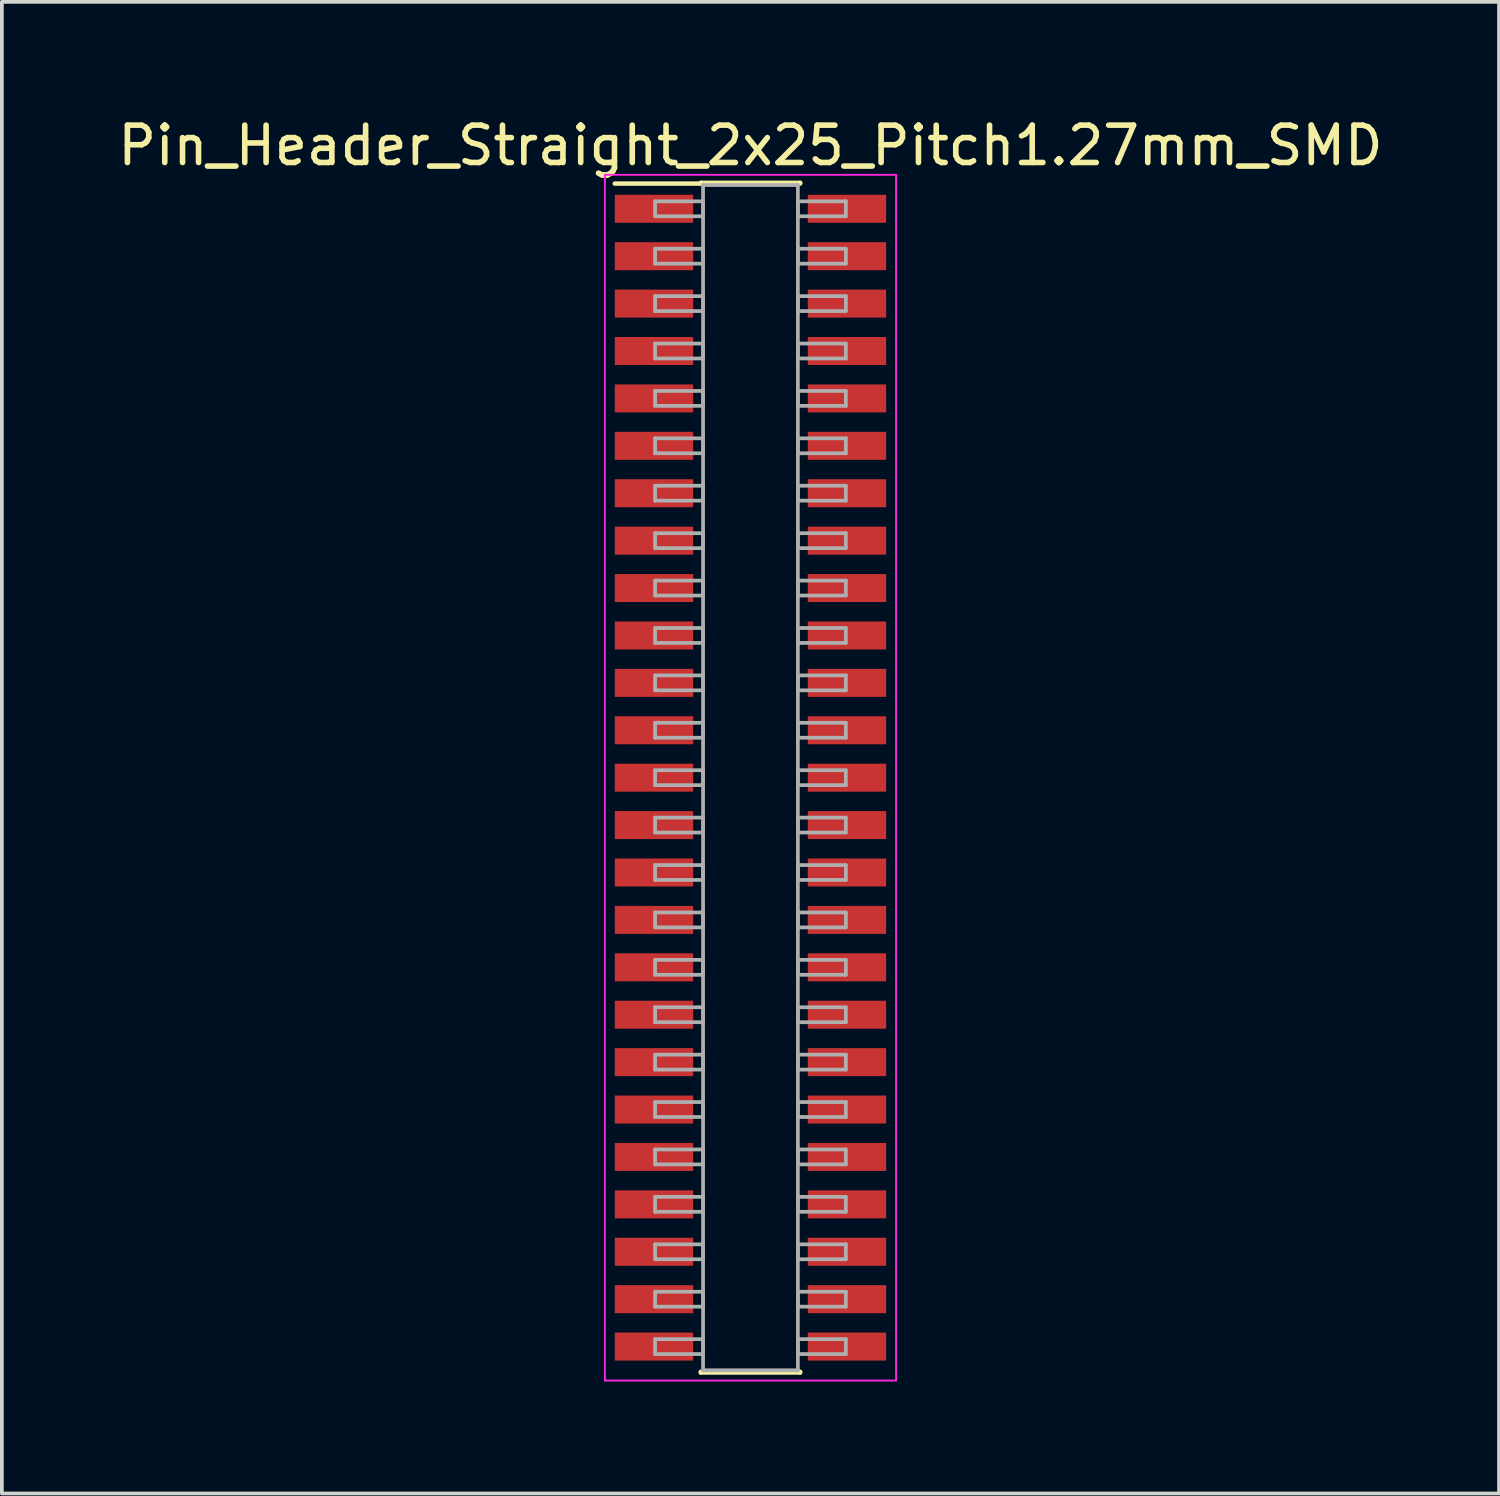
<source format=kicad_pcb>
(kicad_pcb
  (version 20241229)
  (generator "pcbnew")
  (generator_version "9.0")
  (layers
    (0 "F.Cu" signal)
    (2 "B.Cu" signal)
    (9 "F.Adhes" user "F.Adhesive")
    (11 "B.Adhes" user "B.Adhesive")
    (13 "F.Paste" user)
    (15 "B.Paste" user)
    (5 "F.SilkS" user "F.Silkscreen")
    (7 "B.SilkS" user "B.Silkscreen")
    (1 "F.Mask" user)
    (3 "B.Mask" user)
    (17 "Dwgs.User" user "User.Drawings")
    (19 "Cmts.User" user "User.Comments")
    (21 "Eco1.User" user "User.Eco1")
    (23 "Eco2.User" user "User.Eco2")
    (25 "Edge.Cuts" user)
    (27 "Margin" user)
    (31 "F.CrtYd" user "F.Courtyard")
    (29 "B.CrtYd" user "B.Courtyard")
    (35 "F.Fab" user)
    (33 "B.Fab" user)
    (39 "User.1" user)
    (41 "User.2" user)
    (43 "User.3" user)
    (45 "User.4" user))
  (footprint "Pin_Header_Straight_2x25_Pitch1.27mm_SMD"
    (layer "F.Cu")
    (at 17.054 17.783)
    (property "Reference" "Pin_Header_Straight_2x25_Pitch1.27mm_SMD" (at 0 -16.935 0) (layer "F.SilkS") (effects (font (size 1 1) (thickness 0.15))))
    (attr smd)
    (fp_line (start -3.635 -15.915) (end -1.33 -15.915) (stroke (width 0.12) (type solid)) (layer "F.SilkS"))
    (fp_line (start -1.33 -15.935) (end 1.33 -15.935) (stroke (width 0.12) (type solid)) (layer "F.SilkS"))
    (fp_line (start -1.33 -15.915) (end -1.33 -15.935) (stroke (width 0.12) (type solid)) (layer "F.SilkS"))
    (fp_line (start -1.33 15.915) (end -1.33 15.935) (stroke (width 0.12) (type solid)) (layer "F.SilkS"))
    (fp_line (start -1.33 15.935) (end 1.33 15.935) (stroke (width 0.12) (type solid)) (layer "F.SilkS"))
    (fp_line (start 1.33 -15.935) (end 1.33 -15.915) (stroke (width 0.12) (type solid)) (layer "F.SilkS"))
    (fp_line (start 1.33 15.935) (end 1.33 15.915) (stroke (width 0.12) (type solid)) (layer "F.SilkS"))
    (fp_line (start -3.9 -16.15) (end -3.9 16.15) (stroke (width 0.05) (type solid)) (layer "F.CrtYd"))
    (fp_line (start -3.9 16.15) (end 3.9 16.15) (stroke (width 0.05) (type solid)) (layer "F.CrtYd"))
    (fp_line (start 3.9 -16.15) (end -3.9 -16.15) (stroke (width 0.05) (type solid)) (layer "F.CrtYd"))
    (fp_line (start 3.9 16.15) (end 3.9 -16.15) (stroke (width 0.05) (type solid)) (layer "F.CrtYd"))
    (fp_line (start -2.555 -15.44) (end -1.27 -15.44) (stroke (width 0.1) (type solid)) (layer "F.Fab"))
    (fp_line (start -2.555 -15.04) (end -2.555 -15.44) (stroke (width 0.1) (type solid)) (layer "F.Fab"))
    (fp_line (start -2.555 -14.17) (end -1.27 -14.17) (stroke (width 0.1) (type solid)) (layer "F.Fab"))
    (fp_line (start -2.555 -13.77) (end -2.555 -14.17) (stroke (width 0.1) (type solid)) (layer "F.Fab"))
    (fp_line (start -2.555 -12.9) (end -1.27 -12.9) (stroke (width 0.1) (type solid)) (layer "F.Fab"))
    (fp_line (start -2.555 -12.5) (end -2.555 -12.9) (stroke (width 0.1) (type solid)) (layer "F.Fab"))
    (fp_line (start -2.555 -11.63) (end -1.27 -11.63) (stroke (width 0.1) (type solid)) (layer "F.Fab"))
    (fp_line (start -2.555 -11.23) (end -2.555 -11.63) (stroke (width 0.1) (type solid)) (layer "F.Fab"))
    (fp_line (start -2.555 -10.36) (end -1.27 -10.36) (stroke (width 0.1) (type solid)) (layer "F.Fab"))
    (fp_line (start -2.555 -9.96) (end -2.555 -10.36) (stroke (width 0.1) (type solid)) (layer "F.Fab"))
    (fp_line (start -2.555 -9.09) (end -1.27 -9.09) (stroke (width 0.1) (type solid)) (layer "F.Fab"))
    (fp_line (start -2.555 -8.69) (end -2.555 -9.09) (stroke (width 0.1) (type solid)) (layer "F.Fab"))
    (fp_line (start -2.555 -7.82) (end -1.27 -7.82) (stroke (width 0.1) (type solid)) (layer "F.Fab"))
    (fp_line (start -2.555 -7.42) (end -2.555 -7.82) (stroke (width 0.1) (type solid)) (layer "F.Fab"))
    (fp_line (start -2.555 -6.55) (end -1.27 -6.55) (stroke (width 0.1) (type solid)) (layer "F.Fab"))
    (fp_line (start -2.555 -6.15) (end -2.555 -6.55) (stroke (width 0.1) (type solid)) (layer "F.Fab"))
    (fp_line (start -2.555 -5.28) (end -1.27 -5.28) (stroke (width 0.1) (type solid)) (layer "F.Fab"))
    (fp_line (start -2.555 -4.88) (end -2.555 -5.28) (stroke (width 0.1) (type solid)) (layer "F.Fab"))
    (fp_line (start -2.555 -4.01) (end -1.27 -4.01) (stroke (width 0.1) (type solid)) (layer "F.Fab"))
    (fp_line (start -2.555 -3.61) (end -2.555 -4.01) (stroke (width 0.1) (type solid)) (layer "F.Fab"))
    (fp_line (start -2.555 -2.74) (end -1.27 -2.74) (stroke (width 0.1) (type solid)) (layer "F.Fab"))
    (fp_line (start -2.555 -2.34) (end -2.555 -2.74) (stroke (width 0.1) (type solid)) (layer "F.Fab"))
    (fp_line (start -2.555 -1.47) (end -1.27 -1.47) (stroke (width 0.1) (type solid)) (layer "F.Fab"))
    (fp_line (start -2.555 -1.07) (end -2.555 -1.47) (stroke (width 0.1) (type solid)) (layer "F.Fab"))
    (fp_line (start -2.555 -0.2) (end -1.27 -0.2) (stroke (width 0.1) (type solid)) (layer "F.Fab"))
    (fp_line (start -2.555 0.2) (end -2.555 -0.2) (stroke (width 0.1) (type solid)) (layer "F.Fab"))
    (fp_line (start -2.555 1.07) (end -1.27 1.07) (stroke (width 0.1) (type solid)) (layer "F.Fab"))
    (fp_line (start -2.555 1.47) (end -2.555 1.07) (stroke (width 0.1) (type solid)) (layer "F.Fab"))
    (fp_line (start -2.555 2.34) (end -1.27 2.34) (stroke (width 0.1) (type solid)) (layer "F.Fab"))
    (fp_line (start -2.555 2.74) (end -2.555 2.34) (stroke (width 0.1) (type solid)) (layer "F.Fab"))
    (fp_line (start -2.555 3.61) (end -1.27 3.61) (stroke (width 0.1) (type solid)) (layer "F.Fab"))
    (fp_line (start -2.555 4.01) (end -2.555 3.61) (stroke (width 0.1) (type solid)) (layer "F.Fab"))
    (fp_line (start -2.555 4.88) (end -1.27 4.88) (stroke (width 0.1) (type solid)) (layer "F.Fab"))
    (fp_line (start -2.555 5.28) (end -2.555 4.88) (stroke (width 0.1) (type solid)) (layer "F.Fab"))
    (fp_line (start -2.555 6.15) (end -1.27 6.15) (stroke (width 0.1) (type solid)) (layer "F.Fab"))
    (fp_line (start -2.555 6.55) (end -2.555 6.15) (stroke (width 0.1) (type solid)) (layer "F.Fab"))
    (fp_line (start -2.555 7.42) (end -1.27 7.42) (stroke (width 0.1) (type solid)) (layer "F.Fab"))
    (fp_line (start -2.555 7.82) (end -2.555 7.42) (stroke (width 0.1) (type solid)) (layer "F.Fab"))
    (fp_line (start -2.555 8.69) (end -1.27 8.69) (stroke (width 0.1) (type solid)) (layer "F.Fab"))
    (fp_line (start -2.555 9.09) (end -2.555 8.69) (stroke (width 0.1) (type solid)) (layer "F.Fab"))
    (fp_line (start -2.555 9.96) (end -1.27 9.96) (stroke (width 0.1) (type solid)) (layer "F.Fab"))
    (fp_line (start -2.555 10.36) (end -2.555 9.96) (stroke (width 0.1) (type solid)) (layer "F.Fab"))
    (fp_line (start -2.555 11.23) (end -1.27 11.23) (stroke (width 0.1) (type solid)) (layer "F.Fab"))
    (fp_line (start -2.555 11.63) (end -2.555 11.23) (stroke (width 0.1) (type solid)) (layer "F.Fab"))
    (fp_line (start -2.555 12.5) (end -1.27 12.5) (stroke (width 0.1) (type solid)) (layer "F.Fab"))
    (fp_line (start -2.555 12.9) (end -2.555 12.5) (stroke (width 0.1) (type solid)) (layer "F.Fab"))
    (fp_line (start -2.555 13.77) (end -1.27 13.77) (stroke (width 0.1) (type solid)) (layer "F.Fab"))
    (fp_line (start -2.555 14.17) (end -2.555 13.77) (stroke (width 0.1) (type solid)) (layer "F.Fab"))
    (fp_line (start -2.555 15.04) (end -1.27 15.04) (stroke (width 0.1) (type solid)) (layer "F.Fab"))
    (fp_line (start -2.555 15.44) (end -2.555 15.04) (stroke (width 0.1) (type solid)) (layer "F.Fab"))
    (fp_line (start -1.27 -15.875) (end -1.27 15.875) (stroke (width 0.1) (type solid)) (layer "F.Fab"))
    (fp_line (start -1.27 -15.44) (end -1.27 -15.04) (stroke (width 0.1) (type solid)) (layer "F.Fab"))
    (fp_line (start -1.27 -15.04) (end -2.555 -15.04) (stroke (width 0.1) (type solid)) (layer "F.Fab"))
    (fp_line (start -1.27 -14.17) (end -1.27 -13.77) (stroke (width 0.1) (type solid)) (layer "F.Fab"))
    (fp_line (start -1.27 -13.77) (end -2.555 -13.77) (stroke (width 0.1) (type solid)) (layer "F.Fab"))
    (fp_line (start -1.27 -12.9) (end -1.27 -12.5) (stroke (width 0.1) (type solid)) (layer "F.Fab"))
    (fp_line (start -1.27 -12.5) (end -2.555 -12.5) (stroke (width 0.1) (type solid)) (layer "F.Fab"))
    (fp_line (start -1.27 -11.63) (end -1.27 -11.23) (stroke (width 0.1) (type solid)) (layer "F.Fab"))
    (fp_line (start -1.27 -11.23) (end -2.555 -11.23) (stroke (width 0.1) (type solid)) (layer "F.Fab"))
    (fp_line (start -1.27 -10.36) (end -1.27 -9.96) (stroke (width 0.1) (type solid)) (layer "F.Fab"))
    (fp_line (start -1.27 -9.96) (end -2.555 -9.96) (stroke (width 0.1) (type solid)) (layer "F.Fab"))
    (fp_line (start -1.27 -9.09) (end -1.27 -8.69) (stroke (width 0.1) (type solid)) (layer "F.Fab"))
    (fp_line (start -1.27 -8.69) (end -2.555 -8.69) (stroke (width 0.1) (type solid)) (layer "F.Fab"))
    (fp_line (start -1.27 -7.82) (end -1.27 -7.42) (stroke (width 0.1) (type solid)) (layer "F.Fab"))
    (fp_line (start -1.27 -7.42) (end -2.555 -7.42) (stroke (width 0.1) (type solid)) (layer "F.Fab"))
    (fp_line (start -1.27 -6.55) (end -1.27 -6.15) (stroke (width 0.1) (type solid)) (layer "F.Fab"))
    (fp_line (start -1.27 -6.15) (end -2.555 -6.15) (stroke (width 0.1) (type solid)) (layer "F.Fab"))
    (fp_line (start -1.27 -5.28) (end -1.27 -4.88) (stroke (width 0.1) (type solid)) (layer "F.Fab"))
    (fp_line (start -1.27 -4.88) (end -2.555 -4.88) (stroke (width 0.1) (type solid)) (layer "F.Fab"))
    (fp_line (start -1.27 -4.01) (end -1.27 -3.61) (stroke (width 0.1) (type solid)) (layer "F.Fab"))
    (fp_line (start -1.27 -3.61) (end -2.555 -3.61) (stroke (width 0.1) (type solid)) (layer "F.Fab"))
    (fp_line (start -1.27 -2.74) (end -1.27 -2.34) (stroke (width 0.1) (type solid)) (layer "F.Fab"))
    (fp_line (start -1.27 -2.34) (end -2.555 -2.34) (stroke (width 0.1) (type solid)) (layer "F.Fab"))
    (fp_line (start -1.27 -1.47) (end -1.27 -1.07) (stroke (width 0.1) (type solid)) (layer "F.Fab"))
    (fp_line (start -1.27 -1.07) (end -2.555 -1.07) (stroke (width 0.1) (type solid)) (layer "F.Fab"))
    (fp_line (start -1.27 -0.2) (end -1.27 0.2) (stroke (width 0.1) (type solid)) (layer "F.Fab"))
    (fp_line (start -1.27 0.2) (end -2.555 0.2) (stroke (width 0.1) (type solid)) (layer "F.Fab"))
    (fp_line (start -1.27 1.07) (end -1.27 1.47) (stroke (width 0.1) (type solid)) (layer "F.Fab"))
    (fp_line (start -1.27 1.47) (end -2.555 1.47) (stroke (width 0.1) (type solid)) (layer "F.Fab"))
    (fp_line (start -1.27 2.34) (end -1.27 2.74) (stroke (width 0.1) (type solid)) (layer "F.Fab"))
    (fp_line (start -1.27 2.74) (end -2.555 2.74) (stroke (width 0.1) (type solid)) (layer "F.Fab"))
    (fp_line (start -1.27 3.61) (end -1.27 4.01) (stroke (width 0.1) (type solid)) (layer "F.Fab"))
    (fp_line (start -1.27 4.01) (end -2.555 4.01) (stroke (width 0.1) (type solid)) (layer "F.Fab"))
    (fp_line (start -1.27 4.88) (end -1.27 5.28) (stroke (width 0.1) (type solid)) (layer "F.Fab"))
    (fp_line (start -1.27 5.28) (end -2.555 5.28) (stroke (width 0.1) (type solid)) (layer "F.Fab"))
    (fp_line (start -1.27 6.15) (end -1.27 6.55) (stroke (width 0.1) (type solid)) (layer "F.Fab"))
    (fp_line (start -1.27 6.55) (end -2.555 6.55) (stroke (width 0.1) (type solid)) (layer "F.Fab"))
    (fp_line (start -1.27 7.42) (end -1.27 7.82) (stroke (width 0.1) (type solid)) (layer "F.Fab"))
    (fp_line (start -1.27 7.82) (end -2.555 7.82) (stroke (width 0.1) (type solid)) (layer "F.Fab"))
    (fp_line (start -1.27 8.69) (end -1.27 9.09) (stroke (width 0.1) (type solid)) (layer "F.Fab"))
    (fp_line (start -1.27 9.09) (end -2.555 9.09) (stroke (width 0.1) (type solid)) (layer "F.Fab"))
    (fp_line (start -1.27 9.96) (end -1.27 10.36) (stroke (width 0.1) (type solid)) (layer "F.Fab"))
    (fp_line (start -1.27 10.36) (end -2.555 10.36) (stroke (width 0.1) (type solid)) (layer "F.Fab"))
    (fp_line (start -1.27 11.23) (end -1.27 11.63) (stroke (width 0.1) (type solid)) (layer "F.Fab"))
    (fp_line (start -1.27 11.63) (end -2.555 11.63) (stroke (width 0.1) (type solid)) (layer "F.Fab"))
    (fp_line (start -1.27 12.5) (end -1.27 12.9) (stroke (width 0.1) (type solid)) (layer "F.Fab"))
    (fp_line (start -1.27 12.9) (end -2.555 12.9) (stroke (width 0.1) (type solid)) (layer "F.Fab"))
    (fp_line (start -1.27 13.77) (end -1.27 14.17) (stroke (width 0.1) (type solid)) (layer "F.Fab"))
    (fp_line (start -1.27 14.17) (end -2.555 14.17) (stroke (width 0.1) (type solid)) (layer "F.Fab"))
    (fp_line (start -1.27 15.04) (end -1.27 15.44) (stroke (width 0.1) (type solid)) (layer "F.Fab"))
    (fp_line (start -1.27 15.44) (end -2.555 15.44) (stroke (width 0.1) (type solid)) (layer "F.Fab"))
    (fp_line (start -1.27 15.875) (end 1.27 15.875) (stroke (width 0.1) (type solid)) (layer "F.Fab"))
    (fp_line (start 1.27 -15.875) (end -1.27 -15.875) (stroke (width 0.1) (type solid)) (layer "F.Fab"))
    (fp_line (start 1.27 -15.44) (end 1.27 -15.04) (stroke (width 0.1) (type solid)) (layer "F.Fab"))
    (fp_line (start 1.27 -15.04) (end 2.555 -15.04) (stroke (width 0.1) (type solid)) (layer "F.Fab"))
    (fp_line (start 1.27 -14.17) (end 1.27 -13.77) (stroke (width 0.1) (type solid)) (layer "F.Fab"))
    (fp_line (start 1.27 -13.77) (end 2.555 -13.77) (stroke (width 0.1) (type solid)) (layer "F.Fab"))
    (fp_line (start 1.27 -12.9) (end 1.27 -12.5) (stroke (width 0.1) (type solid)) (layer "F.Fab"))
    (fp_line (start 1.27 -12.5) (end 2.555 -12.5) (stroke (width 0.1) (type solid)) (layer "F.Fab"))
    (fp_line (start 1.27 -11.63) (end 1.27 -11.23) (stroke (width 0.1) (type solid)) (layer "F.Fab"))
    (fp_line (start 1.27 -11.23) (end 2.555 -11.23) (stroke (width 0.1) (type solid)) (layer "F.Fab"))
    (fp_line (start 1.27 -10.36) (end 1.27 -9.96) (stroke (width 0.1) (type solid)) (layer "F.Fab"))
    (fp_line (start 1.27 -9.96) (end 2.555 -9.96) (stroke (width 0.1) (type solid)) (layer "F.Fab"))
    (fp_line (start 1.27 -9.09) (end 1.27 -8.69) (stroke (width 0.1) (type solid)) (layer "F.Fab"))
    (fp_line (start 1.27 -8.69) (end 2.555 -8.69) (stroke (width 0.1) (type solid)) (layer "F.Fab"))
    (fp_line (start 1.27 -7.82) (end 1.27 -7.42) (stroke (width 0.1) (type solid)) (layer "F.Fab"))
    (fp_line (start 1.27 -7.42) (end 2.555 -7.42) (stroke (width 0.1) (type solid)) (layer "F.Fab"))
    (fp_line (start 1.27 -6.55) (end 1.27 -6.15) (stroke (width 0.1) (type solid)) (layer "F.Fab"))
    (fp_line (start 1.27 -6.15) (end 2.555 -6.15) (stroke (width 0.1) (type solid)) (layer "F.Fab"))
    (fp_line (start 1.27 -5.28) (end 1.27 -4.88) (stroke (width 0.1) (type solid)) (layer "F.Fab"))
    (fp_line (start 1.27 -4.88) (end 2.555 -4.88) (stroke (width 0.1) (type solid)) (layer "F.Fab"))
    (fp_line (start 1.27 -4.01) (end 1.27 -3.61) (stroke (width 0.1) (type solid)) (layer "F.Fab"))
    (fp_line (start 1.27 -3.61) (end 2.555 -3.61) (stroke (width 0.1) (type solid)) (layer "F.Fab"))
    (fp_line (start 1.27 -2.74) (end 1.27 -2.34) (stroke (width 0.1) (type solid)) (layer "F.Fab"))
    (fp_line (start 1.27 -2.34) (end 2.555 -2.34) (stroke (width 0.1) (type solid)) (layer "F.Fab"))
    (fp_line (start 1.27 -1.47) (end 1.27 -1.07) (stroke (width 0.1) (type solid)) (layer "F.Fab"))
    (fp_line (start 1.27 -1.07) (end 2.555 -1.07) (stroke (width 0.1) (type solid)) (layer "F.Fab"))
    (fp_line (start 1.27 -0.2) (end 1.27 0.2) (stroke (width 0.1) (type solid)) (layer "F.Fab"))
    (fp_line (start 1.27 0.2) (end 2.555 0.2) (stroke (width 0.1) (type solid)) (layer "F.Fab"))
    (fp_line (start 1.27 1.07) (end 1.27 1.47) (stroke (width 0.1) (type solid)) (layer "F.Fab"))
    (fp_line (start 1.27 1.47) (end 2.555 1.47) (stroke (width 0.1) (type solid)) (layer "F.Fab"))
    (fp_line (start 1.27 2.34) (end 1.27 2.74) (stroke (width 0.1) (type solid)) (layer "F.Fab"))
    (fp_line (start 1.27 2.74) (end 2.555 2.74) (stroke (width 0.1) (type solid)) (layer "F.Fab"))
    (fp_line (start 1.27 3.61) (end 1.27 4.01) (stroke (width 0.1) (type solid)) (layer "F.Fab"))
    (fp_line (start 1.27 4.01) (end 2.555 4.01) (stroke (width 0.1) (type solid)) (layer "F.Fab"))
    (fp_line (start 1.27 4.88) (end 1.27 5.28) (stroke (width 0.1) (type solid)) (layer "F.Fab"))
    (fp_line (start 1.27 5.28) (end 2.555 5.28) (stroke (width 0.1) (type solid)) (layer "F.Fab"))
    (fp_line (start 1.27 6.15) (end 1.27 6.55) (stroke (width 0.1) (type solid)) (layer "F.Fab"))
    (fp_line (start 1.27 6.55) (end 2.555 6.55) (stroke (width 0.1) (type solid)) (layer "F.Fab"))
    (fp_line (start 1.27 7.42) (end 1.27 7.82) (stroke (width 0.1) (type solid)) (layer "F.Fab"))
    (fp_line (start 1.27 7.82) (end 2.555 7.82) (stroke (width 0.1) (type solid)) (layer "F.Fab"))
    (fp_line (start 1.27 8.69) (end 1.27 9.09) (stroke (width 0.1) (type solid)) (layer "F.Fab"))
    (fp_line (start 1.27 9.09) (end 2.555 9.09) (stroke (width 0.1) (type solid)) (layer "F.Fab"))
    (fp_line (start 1.27 9.96) (end 1.27 10.36) (stroke (width 0.1) (type solid)) (layer "F.Fab"))
    (fp_line (start 1.27 10.36) (end 2.555 10.36) (stroke (width 0.1) (type solid)) (layer "F.Fab"))
    (fp_line (start 1.27 11.23) (end 1.27 11.63) (stroke (width 0.1) (type solid)) (layer "F.Fab"))
    (fp_line (start 1.27 11.63) (end 2.555 11.63) (stroke (width 0.1) (type solid)) (layer "F.Fab"))
    (fp_line (start 1.27 12.5) (end 1.27 12.9) (stroke (width 0.1) (type solid)) (layer "F.Fab"))
    (fp_line (start 1.27 12.9) (end 2.555 12.9) (stroke (width 0.1) (type solid)) (layer "F.Fab"))
    (fp_line (start 1.27 13.77) (end 1.27 14.17) (stroke (width 0.1) (type solid)) (layer "F.Fab"))
    (fp_line (start 1.27 14.17) (end 2.555 14.17) (stroke (width 0.1) (type solid)) (layer "F.Fab"))
    (fp_line (start 1.27 15.04) (end 1.27 15.44) (stroke (width 0.1) (type solid)) (layer "F.Fab"))
    (fp_line (start 1.27 15.44) (end 2.555 15.44) (stroke (width 0.1) (type solid)) (layer "F.Fab"))
    (fp_line (start 1.27 15.875) (end 1.27 -15.875) (stroke (width 0.1) (type solid)) (layer "F.Fab"))
    (fp_line (start 2.555 -15.44) (end 1.27 -15.44) (stroke (width 0.1) (type solid)) (layer "F.Fab"))
    (fp_line (start 2.555 -15.04) (end 2.555 -15.44) (stroke (width 0.1) (type solid)) (layer "F.Fab"))
    (fp_line (start 2.555 -14.17) (end 1.27 -14.17) (stroke (width 0.1) (type solid)) (layer "F.Fab"))
    (fp_line (start 2.555 -13.77) (end 2.555 -14.17) (stroke (width 0.1) (type solid)) (layer "F.Fab"))
    (fp_line (start 2.555 -12.9) (end 1.27 -12.9) (stroke (width 0.1) (type solid)) (layer "F.Fab"))
    (fp_line (start 2.555 -12.5) (end 2.555 -12.9) (stroke (width 0.1) (type solid)) (layer "F.Fab"))
    (fp_line (start 2.555 -11.63) (end 1.27 -11.63) (stroke (width 0.1) (type solid)) (layer "F.Fab"))
    (fp_line (start 2.555 -11.23) (end 2.555 -11.63) (stroke (width 0.1) (type solid)) (layer "F.Fab"))
    (fp_line (start 2.555 -10.36) (end 1.27 -10.36) (stroke (width 0.1) (type solid)) (layer "F.Fab"))
    (fp_line (start 2.555 -9.96) (end 2.555 -10.36) (stroke (width 0.1) (type solid)) (layer "F.Fab"))
    (fp_line (start 2.555 -9.09) (end 1.27 -9.09) (stroke (width 0.1) (type solid)) (layer "F.Fab"))
    (fp_line (start 2.555 -8.69) (end 2.555 -9.09) (stroke (width 0.1) (type solid)) (layer "F.Fab"))
    (fp_line (start 2.555 -7.82) (end 1.27 -7.82) (stroke (width 0.1) (type solid)) (layer "F.Fab"))
    (fp_line (start 2.555 -7.42) (end 2.555 -7.82) (stroke (width 0.1) (type solid)) (layer "F.Fab"))
    (fp_line (start 2.555 -6.55) (end 1.27 -6.55) (stroke (width 0.1) (type solid)) (layer "F.Fab"))
    (fp_line (start 2.555 -6.15) (end 2.555 -6.55) (stroke (width 0.1) (type solid)) (layer "F.Fab"))
    (fp_line (start 2.555 -5.28) (end 1.27 -5.28) (stroke (width 0.1) (type solid)) (layer "F.Fab"))
    (fp_line (start 2.555 -4.88) (end 2.555 -5.28) (stroke (width 0.1) (type solid)) (layer "F.Fab"))
    (fp_line (start 2.555 -4.01) (end 1.27 -4.01) (stroke (width 0.1) (type solid)) (layer "F.Fab"))
    (fp_line (start 2.555 -3.61) (end 2.555 -4.01) (stroke (width 0.1) (type solid)) (layer "F.Fab"))
    (fp_line (start 2.555 -2.74) (end 1.27 -2.74) (stroke (width 0.1) (type solid)) (layer "F.Fab"))
    (fp_line (start 2.555 -2.34) (end 2.555 -2.74) (stroke (width 0.1) (type solid)) (layer "F.Fab"))
    (fp_line (start 2.555 -1.47) (end 1.27 -1.47) (stroke (width 0.1) (type solid)) (layer "F.Fab"))
    (fp_line (start 2.555 -1.07) (end 2.555 -1.47) (stroke (width 0.1) (type solid)) (layer "F.Fab"))
    (fp_line (start 2.555 -0.2) (end 1.27 -0.2) (stroke (width 0.1) (type solid)) (layer "F.Fab"))
    (fp_line (start 2.555 0.2) (end 2.555 -0.2) (stroke (width 0.1) (type solid)) (layer "F.Fab"))
    (fp_line (start 2.555 1.07) (end 1.27 1.07) (stroke (width 0.1) (type solid)) (layer "F.Fab"))
    (fp_line (start 2.555 1.47) (end 2.555 1.07) (stroke (width 0.1) (type solid)) (layer "F.Fab"))
    (fp_line (start 2.555 2.34) (end 1.27 2.34) (stroke (width 0.1) (type solid)) (layer "F.Fab"))
    (fp_line (start 2.555 2.74) (end 2.555 2.34) (stroke (width 0.1) (type solid)) (layer "F.Fab"))
    (fp_line (start 2.555 3.61) (end 1.27 3.61) (stroke (width 0.1) (type solid)) (layer "F.Fab"))
    (fp_line (start 2.555 4.01) (end 2.555 3.61) (stroke (width 0.1) (type solid)) (layer "F.Fab"))
    (fp_line (start 2.555 4.88) (end 1.27 4.88) (stroke (width 0.1) (type solid)) (layer "F.Fab"))
    (fp_line (start 2.555 5.28) (end 2.555 4.88) (stroke (width 0.1) (type solid)) (layer "F.Fab"))
    (fp_line (start 2.555 6.15) (end 1.27 6.15) (stroke (width 0.1) (type solid)) (layer "F.Fab"))
    (fp_line (start 2.555 6.55) (end 2.555 6.15) (stroke (width 0.1) (type solid)) (layer "F.Fab"))
    (fp_line (start 2.555 7.42) (end 1.27 7.42) (stroke (width 0.1) (type solid)) (layer "F.Fab"))
    (fp_line (start 2.555 7.82) (end 2.555 7.42) (stroke (width 0.1) (type solid)) (layer "F.Fab"))
    (fp_line (start 2.555 8.69) (end 1.27 8.69) (stroke (width 0.1) (type solid)) (layer "F.Fab"))
    (fp_line (start 2.555 9.09) (end 2.555 8.69) (stroke (width 0.1) (type solid)) (layer "F.Fab"))
    (fp_line (start 2.555 9.96) (end 1.27 9.96) (stroke (width 0.1) (type solid)) (layer "F.Fab"))
    (fp_line (start 2.555 10.36) (end 2.555 9.96) (stroke (width 0.1) (type solid)) (layer "F.Fab"))
    (fp_line (start 2.555 11.23) (end 1.27 11.23) (stroke (width 0.1) (type solid)) (layer "F.Fab"))
    (fp_line (start 2.555 11.63) (end 2.555 11.23) (stroke (width 0.1) (type solid)) (layer "F.Fab"))
    (fp_line (start 2.555 12.5) (end 1.27 12.5) (stroke (width 0.1) (type solid)) (layer "F.Fab"))
    (fp_line (start 2.555 12.9) (end 2.555 12.5) (stroke (width 0.1) (type solid)) (layer "F.Fab"))
    (fp_line (start 2.555 13.77) (end 1.27 13.77) (stroke (width 0.1) (type solid)) (layer "F.Fab"))
    (fp_line (start 2.555 14.17) (end 2.555 13.77) (stroke (width 0.1) (type solid)) (layer "F.Fab"))
    (fp_line (start 2.555 15.04) (end 1.27 15.04) (stroke (width 0.1) (type solid)) (layer "F.Fab"))
    (fp_line (start 2.555 15.44) (end 2.555 15.04) (stroke (width 0.1) (type solid)) (layer "F.Fab"))
    (pad "1" smd rect (at -2.585 -15.24) (size 2.1 0.75) (layers "F.Cu" "F.Mask"))
    (pad "2" smd rect (at 2.585 -15.24) (size 2.1 0.75) (layers "F.Cu" "F.Mask"))
    (pad "3" smd rect (at -2.585 -13.97) (size 2.1 0.75) (layers "F.Cu" "F.Mask"))
    (pad "4" smd rect (at 2.585 -13.97) (size 2.1 0.75) (layers "F.Cu" "F.Mask"))
    (pad "5" smd rect (at -2.585 -12.7) (size 2.1 0.75) (layers "F.Cu" "F.Mask"))
    (pad "6" smd rect (at 2.585 -12.7) (size 2.1 0.75) (layers "F.Cu" "F.Mask"))
    (pad "7" smd rect (at -2.585 -11.43) (size 2.1 0.75) (layers "F.Cu" "F.Mask"))
    (pad "8" smd rect (at 2.585 -11.43) (size 2.1 0.75) (layers "F.Cu" "F.Mask"))
    (pad "9" smd rect (at -2.585 -10.16) (size 2.1 0.75) (layers "F.Cu" "F.Mask"))
    (pad "10" smd rect (at 2.585 -10.16) (size 2.1 0.75) (layers "F.Cu" "F.Mask"))
    (pad "11" smd rect (at -2.585 -8.89) (size 2.1 0.75) (layers "F.Cu" "F.Mask"))
    (pad "12" smd rect (at 2.585 -8.89) (size 2.1 0.75) (layers "F.Cu" "F.Mask"))
    (pad "13" smd rect (at -2.585 -7.62) (size 2.1 0.75) (layers "F.Cu" "F.Mask"))
    (pad "14" smd rect (at 2.585 -7.62) (size 2.1 0.75) (layers "F.Cu" "F.Mask"))
    (pad "15" smd rect (at -2.585 -6.35) (size 2.1 0.75) (layers "F.Cu" "F.Mask"))
    (pad "16" smd rect (at 2.585 -6.35) (size 2.1 0.75) (layers "F.Cu" "F.Mask"))
    (pad "17" smd rect (at -2.585 -5.08) (size 2.1 0.75) (layers "F.Cu" "F.Mask"))
    (pad "18" smd rect (at 2.585 -5.08) (size 2.1 0.75) (layers "F.Cu" "F.Mask"))
    (pad "19" smd rect (at -2.585 -3.81) (size 2.1 0.75) (layers "F.Cu" "F.Mask"))
    (pad "20" smd rect (at 2.585 -3.81) (size 2.1 0.75) (layers "F.Cu" "F.Mask"))
    (pad "21" smd rect (at -2.585 -2.54) (size 2.1 0.75) (layers "F.Cu" "F.Mask"))
    (pad "22" smd rect (at 2.585 -2.54) (size 2.1 0.75) (layers "F.Cu" "F.Mask"))
    (pad "23" smd rect (at -2.585 -1.27) (size 2.1 0.75) (layers "F.Cu" "F.Mask"))
    (pad "24" smd rect (at 2.585 -1.27) (size 2.1 0.75) (layers "F.Cu" "F.Mask"))
    (pad "25" smd rect (at -2.585 0) (size 2.1 0.75) (layers "F.Cu" "F.Mask"))
    (pad "26" smd rect (at 2.585 0) (size 2.1 0.75) (layers "F.Cu" "F.Mask"))
    (pad "27" smd rect (at -2.585 1.27) (size 2.1 0.75) (layers "F.Cu" "F.Mask"))
    (pad "28" smd rect (at 2.585 1.27) (size 2.1 0.75) (layers "F.Cu" "F.Mask"))
    (pad "29" smd rect (at -2.585 2.54) (size 2.1 0.75) (layers "F.Cu" "F.Mask"))
    (pad "30" smd rect (at 2.585 2.54) (size 2.1 0.75) (layers "F.Cu" "F.Mask"))
    (pad "31" smd rect (at -2.585 3.81) (size 2.1 0.75) (layers "F.Cu" "F.Mask"))
    (pad "32" smd rect (at 2.585 3.81) (size 2.1 0.75) (layers "F.Cu" "F.Mask"))
    (pad "33" smd rect (at -2.585 5.08) (size 2.1 0.75) (layers "F.Cu" "F.Mask"))
    (pad "34" smd rect (at 2.585 5.08) (size 2.1 0.75) (layers "F.Cu" "F.Mask"))
    (pad "35" smd rect (at -2.585 6.35) (size 2.1 0.75) (layers "F.Cu" "F.Mask"))
    (pad "36" smd rect (at 2.585 6.35) (size 2.1 0.75) (layers "F.Cu" "F.Mask"))
    (pad "37" smd rect (at -2.585 7.62) (size 2.1 0.75) (layers "F.Cu" "F.Mask"))
    (pad "38" smd rect (at 2.585 7.62) (size 2.1 0.75) (layers "F.Cu" "F.Mask"))
    (pad "39" smd rect (at -2.585 8.89) (size 2.1 0.75) (layers "F.Cu" "F.Mask"))
    (pad "40" smd rect (at 2.585 8.89) (size 2.1 0.75) (layers "F.Cu" "F.Mask"))
    (pad "41" smd rect (at -2.585 10.16) (size 2.1 0.75) (layers "F.Cu" "F.Mask"))
    (pad "42" smd rect (at 2.585 10.16) (size 2.1 0.75) (layers "F.Cu" "F.Mask"))
    (pad "43" smd rect (at -2.585 11.43) (size 2.1 0.75) (layers "F.Cu" "F.Mask"))
    (pad "44" smd rect (at 2.585 11.43) (size 2.1 0.75) (layers "F.Cu" "F.Mask"))
    (pad "45" smd rect (at -2.585 12.7) (size 2.1 0.75) (layers "F.Cu" "F.Mask"))
    (pad "46" smd rect (at 2.585 12.7) (size 2.1 0.75) (layers "F.Cu" "F.Mask"))
    (pad "47" smd rect (at -2.585 13.97) (size 2.1 0.75) (layers "F.Cu" "F.Mask"))
    (pad "48" smd rect (at 2.585 13.97) (size 2.1 0.75) (layers "F.Cu" "F.Mask"))
    (pad "49" smd rect (at -2.585 15.24) (size 2.1 0.75) (layers "F.Cu" "F.Mask"))
    (pad "50" smd rect (at 2.585 15.24) (size 2.1 0.75) (layers "F.Cu" "F.Mask")))
  (gr_rect
    (start -3 -3)
    (end 37.107 36.958)
    (stroke (width 0.1) (type default))
    (fill no)
    (layer "Edge.Cuts")))
</source>
